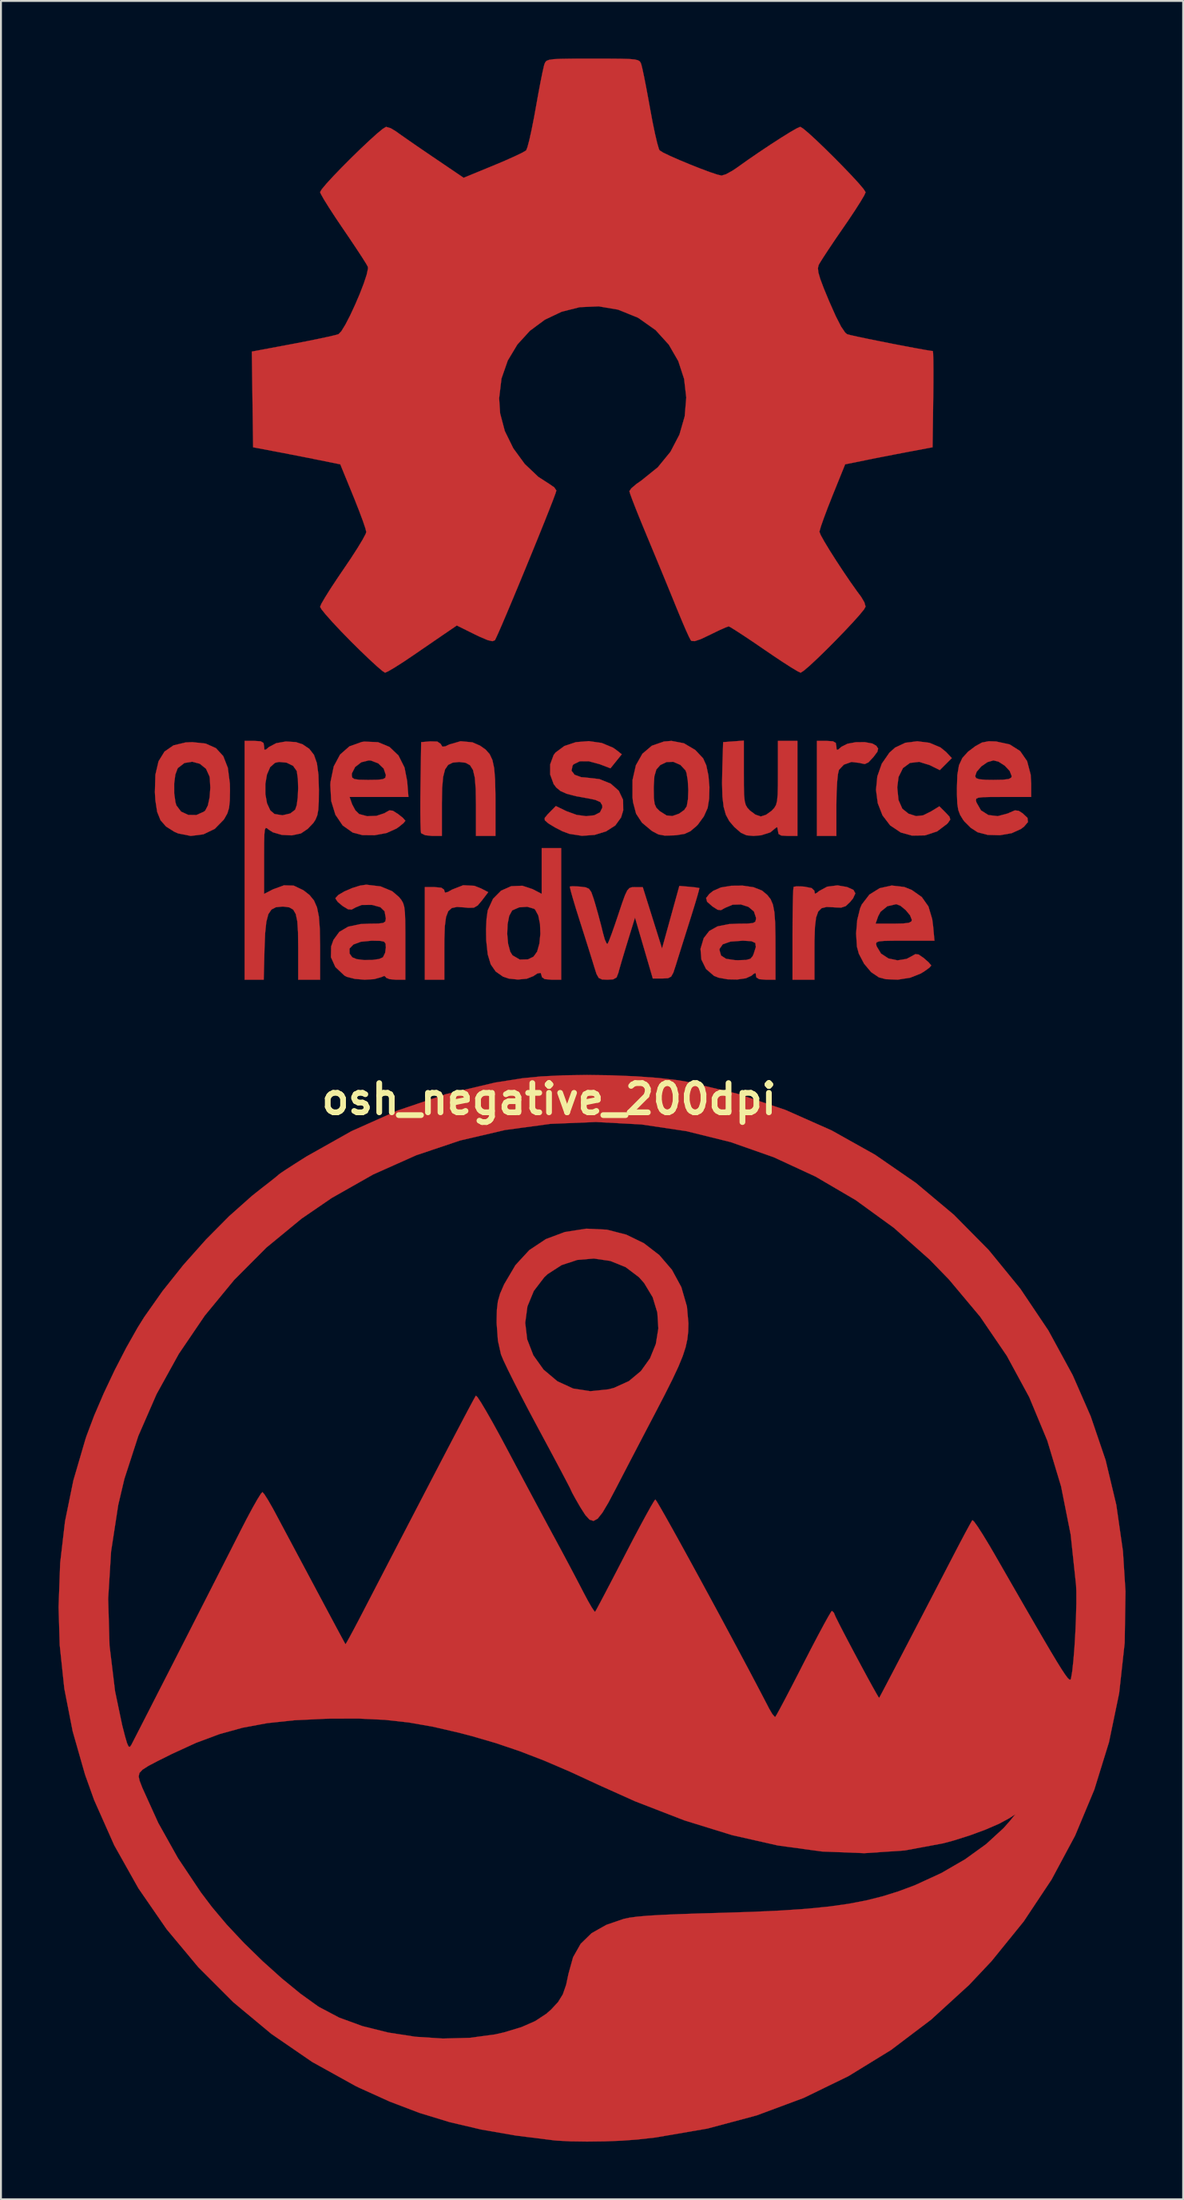
<source format=kicad_pcb>
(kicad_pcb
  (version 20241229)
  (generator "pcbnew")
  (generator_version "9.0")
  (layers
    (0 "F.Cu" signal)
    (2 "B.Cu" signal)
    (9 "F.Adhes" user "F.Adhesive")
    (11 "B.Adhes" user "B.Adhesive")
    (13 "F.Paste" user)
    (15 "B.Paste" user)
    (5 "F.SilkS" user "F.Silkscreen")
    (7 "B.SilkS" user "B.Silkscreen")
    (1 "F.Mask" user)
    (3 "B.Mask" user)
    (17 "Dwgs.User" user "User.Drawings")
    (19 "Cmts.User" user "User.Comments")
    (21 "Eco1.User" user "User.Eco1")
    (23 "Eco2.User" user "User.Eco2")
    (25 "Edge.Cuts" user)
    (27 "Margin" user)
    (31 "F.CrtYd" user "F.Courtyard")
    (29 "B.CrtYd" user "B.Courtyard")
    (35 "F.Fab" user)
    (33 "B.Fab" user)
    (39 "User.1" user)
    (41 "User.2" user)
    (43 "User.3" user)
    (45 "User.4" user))
  (footprint "osh_negative_200dpi"
    (layer "F.Cu")
    (at 25.582 54.234)
    (property "Reference" "osh_negative_200dpi" (at 0 0 0) (layer "F.SilkS") (effects (font (size 1.524 1.524) (thickness 0.3))))
    (attr through_hole)
    (fp_poly (pts (xy -3.892 -11.117) (xy -3.547 -10.981) (xy -3.169 -10.786) (xy -3.499 -10.353) (xy -3.718 -10.093) (xy -3.916 -9.978) (xy -4.201 -9.968) (xy -4.437 -9.992) (xy -4.803 -10.014) (xy -5.071 -9.958) (xy -5.255 -9.793) (xy -5.371 -9.488) (xy -5.434 -9.01) (xy -5.458 -8.328) (xy -5.461 -7.846) (xy -5.461 -6.223) (xy -6.477 -6.223) (xy -6.477 -11.049) (xy -5.969 -11.049) (xy -5.614 -11.017) (xy -5.469 -10.912) (xy -5.461 -10.86) (xy -5.423 -10.76) (xy -5.273 -10.796) (xy -5.048 -10.923) (xy -4.473 -11.147) (xy -3.892 -11.117)) (stroke (width 0.01) (type solid)) (fill yes) (layer "F.Cu"))
    (fp_poly (pts (xy 14.808 -18.649) (xy 14.954 -18.565) (xy 14.986 -18.395) (xy 14.998 -18.21) (xy 15.076 -18.212) (xy 15.253 -18.364) (xy 15.562 -18.52) (xy 15.998 -18.601) (xy 16.464 -18.606) (xy 16.864 -18.531) (xy 17.067 -18.415) (xy 17.164 -18.27) (xy 17.127 -18.107) (xy 16.935 -17.849) (xy 16.9 -17.808) (xy 16.657 -17.549) (xy 16.468 -17.462) (xy 16.243 -17.507) (xy 16.212 -17.519) (xy 15.774 -17.572) (xy 15.374 -17.43) (xy 15.121 -17.159) (xy 15.069 -16.939) (xy 15.026 -16.522) (xy 14.997 -15.967) (xy 14.986 -15.331) (xy 14.986 -15.312) (xy 14.986 -13.716) (xy 13.97 -13.716) (xy 13.97 -18.669) (xy 14.478 -18.669) (xy 14.808 -18.649)) (stroke (width 0.01) (type solid)) (fill yes) (layer "F.Cu"))
    (fp_poly (pts (xy 15.546 -11.053) (xy 15.876 -10.904) (xy 15.976 -10.723) (xy 15.858 -10.465) (xy 15.698 -10.269) (xy 15.476 -10.059) (xy 15.238 -9.979) (xy 14.873 -9.993) (xy 14.831 -9.998) (xy 14.477 -10.014) (xy 14.218 -9.951) (xy 14.04 -9.777) (xy 13.928 -9.46) (xy 13.868 -8.969) (xy 13.845 -8.271) (xy 13.843 -7.846) (xy 13.843 -6.223) (xy 12.7 -6.223) (xy 12.7 -8.615) (xy 12.703 -9.368) (xy 12.711 -10.029) (xy 12.723 -10.559) (xy 12.739 -10.917) (xy 12.756 -11.063) (xy 12.757 -11.064) (xy 12.907 -11.088) (xy 13.214 -11.081) (xy 13.328 -11.071) (xy 13.695 -10.998) (xy 13.839 -10.863) (xy 13.843 -10.825) (xy 13.867 -10.701) (xy 13.979 -10.755) (xy 14.074 -10.837) (xy 14.504 -11.071) (xy 15.047 -11.14) (xy 15.546 -11.053)) (stroke (width 0.01) (type solid)) (fill yes) (layer "F.Cu"))
    (fp_poly (pts (xy 19.849 -18.567) (xy 20.416 -18.327) (xy 20.708 -18.09) (xy 21.006 -17.773) (xy 20.693 -17.46) (xy 20.38 -17.147) (xy 19.857 -17.406) (xy 19.298 -17.578) (xy 18.823 -17.52) (xy 18.458 -17.251) (xy 18.229 -16.79) (xy 18.161 -16.245) (xy 18.226 -15.588) (xy 18.426 -15.134) (xy 18.752 -14.873) (xy 19.149 -14.748) (xy 19.513 -14.79) (xy 19.926 -14.996) (xy 20.358 -15.26) (xy 20.681 -14.937) (xy 20.887 -14.715) (xy 20.926 -14.57) (xy 20.811 -14.402) (xy 20.757 -14.343) (xy 20.242 -13.953) (xy 19.609 -13.745) (xy 18.926 -13.734) (xy 18.345 -13.895) (xy 17.793 -14.263) (xy 17.392 -14.788) (xy 17.144 -15.423) (xy 17.053 -16.116) (xy 17.122 -16.819) (xy 17.355 -17.483) (xy 17.754 -18.058) (xy 18.051 -18.322) (xy 18.582 -18.572) (xy 19.209 -18.651) (xy 19.849 -18.567)) (stroke (width 0.01) (type solid)) (fill yes) (layer "F.Cu"))
    (fp_poly (pts (xy 10.16 -17.02) (xy 10.162 -16.338) (xy 10.174 -15.862) (xy 10.204 -15.543) (xy 10.258 -15.333) (xy 10.346 -15.182) (xy 10.472 -15.044) (xy 10.76 -14.829) (xy 11.035 -14.732) (xy 11.049 -14.732) (xy 11.318 -14.818) (xy 11.61 -15.028) (xy 11.626 -15.044) (xy 11.754 -15.184) (xy 11.841 -15.335) (xy 11.895 -15.548) (xy 11.924 -15.869) (xy 11.936 -16.348) (xy 11.938 -17.012) (xy 11.938 -18.669) (xy 12.954 -18.669) (xy 12.954 -13.716) (xy 12.446 -13.716) (xy 12.117 -13.735) (xy 11.97 -13.819) (xy 11.936 -14.002) (xy 11.903 -14.173) (xy 11.841 -14.148) (xy 11.539 -13.901) (xy 11.065 -13.75) (xy 10.661 -13.716) (xy 10.3 -13.749) (xy 10.009 -13.881) (xy 9.684 -14.163) (xy 9.65 -14.196) (xy 9.401 -14.488) (xy 9.223 -14.818) (xy 9.107 -15.231) (xy 9.043 -15.769) (xy 9.025 -16.476) (xy 9.041 -17.335) (xy 9.081 -18.605) (xy 9.62 -18.645) (xy 10.16 -18.684) (xy 10.16 -17.02)) (stroke (width 0.01) (type solid)) (fill yes) (layer "F.Cu"))
    (fp_poly (pts (xy -3.994 -18.595) (xy -3.594 -18.42) (xy -3.307 -18.217) (xy -3.096 -17.981) (xy -2.952 -17.673) (xy -2.861 -17.249) (xy -2.813 -16.669) (xy -2.795 -15.891) (xy -2.794 -15.564) (xy -2.794 -13.716) (xy -3.81 -13.716) (xy -3.81 -15.353) (xy -3.823 -16.163) (xy -3.87 -16.753) (xy -3.965 -17.156) (xy -4.121 -17.404) (xy -4.351 -17.53) (xy -4.668 -17.568) (xy -4.699 -17.568) (xy -5.024 -17.536) (xy -5.261 -17.418) (xy -5.422 -17.182) (xy -5.522 -16.793) (xy -5.573 -16.22) (xy -5.588 -15.429) (xy -5.588 -15.353) (xy -5.588 -13.716) (xy -6.1 -13.716) (xy -6.458 -13.754) (xy -6.66 -13.854) (xy -6.675 -13.879) (xy -6.693 -14.054) (xy -6.705 -14.438) (xy -6.711 -14.989) (xy -6.71 -15.661) (xy -6.702 -16.324) (xy -6.668 -18.605) (xy -6.19 -18.645) (xy -5.824 -18.634) (xy -5.649 -18.514) (xy -5.638 -18.489) (xy -5.559 -18.368) (xy -5.409 -18.383) (xy -5.201 -18.482) (xy -4.609 -18.653) (xy -3.994 -18.595)) (stroke (width 0.01) (type solid)) (fill yes) (layer "F.Cu"))
    (fp_poly (pts (xy -17.903 -18.529) (xy -17.367 -18.289) (xy -16.986 -17.871) (xy -16.749 -17.262) (xy -16.644 -16.447) (xy -16.637 -16.108) (xy -16.647 -15.555) (xy -16.687 -15.176) (xy -16.774 -14.891) (xy -16.926 -14.621) (xy -16.967 -14.559) (xy -17.432 -14.085) (xy -18.024 -13.8) (xy -18.681 -13.716) (xy -19.345 -13.848) (xy -19.549 -13.938) (xy -19.972 -14.206) (xy -20.26 -14.533) (xy -20.437 -14.974) (xy -20.53 -15.583) (xy -20.554 -15.998) (xy -20.541 -16.451) (xy -19.548 -16.451) (xy -19.547 -15.937) (xy -19.482 -15.472) (xy -19.433 -15.308) (xy -19.19 -14.985) (xy -18.815 -14.812) (xy -18.391 -14.806) (xy -17.999 -14.98) (xy -17.925 -15.045) (xy -17.791 -15.304) (xy -17.7 -15.728) (xy -17.663 -16.229) (xy -17.69 -16.719) (xy -17.707 -16.819) (xy -17.889 -17.218) (xy -18.214 -17.479) (xy -18.613 -17.584) (xy -19.014 -17.517) (xy -19.347 -17.261) (xy -19.371 -17.228) (xy -19.488 -16.914) (xy -19.548 -16.451) (xy -20.541 -16.451) (xy -20.528 -16.906) (xy -20.364 -17.607) (xy -20.053 -18.113) (xy -19.586 -18.436) (xy -18.953 -18.589) (xy -18.605 -18.605) (xy -17.903 -18.529)) (stroke (width 0.01) (type solid)) (fill yes) (layer "F.Cu"))
    (fp_poly (pts (xy 0.635 -6.223) (xy 0.127 -6.223) (xy -0.226 -6.254) (xy -0.372 -6.359) (xy -0.381 -6.413) (xy -0.434 -6.579) (xy -0.609 -6.548) (xy -0.818 -6.409) (xy -1.156 -6.275) (xy -1.619 -6.231) (xy -2.094 -6.28) (xy -2.401 -6.384) (xy -2.782 -6.651) (xy -3.04 -7.023) (xy -3.197 -7.546) (xy -3.274 -8.268) (xy -3.275 -8.284) (xy -3.28 -8.601) (xy -2.18 -8.601) (xy -2.134 -8.097) (xy -2.024 -7.686) (xy -1.905 -7.493) (xy -1.524 -7.272) (xy -1.094 -7.284) (xy -0.808 -7.424) (xy -0.62 -7.685) (xy -0.501 -8.108) (xy -0.451 -8.615) (xy -0.47 -9.129) (xy -0.561 -9.575) (xy -0.724 -9.874) (xy -0.78 -9.92) (xy -1.135 -10.023) (xy -1.557 -9.994) (xy -1.903 -9.843) (xy -1.927 -9.823) (xy -2.077 -9.548) (xy -2.161 -9.113) (xy -2.18 -8.601) (xy -3.28 -8.601) (xy -3.284 -8.853) (xy -3.258 -9.393) (xy -3.202 -9.802) (xy -3.191 -9.849) (xy -2.92 -10.44) (xy -2.499 -10.864) (xy -1.973 -11.097) (xy -1.39 -11.12) (xy -0.857 -10.944) (xy -0.381 -10.695) (xy -0.381 -13.081) (xy 0.635 -13.081) (xy 0.635 -6.223)) (stroke (width 0.01) (type solid)) (fill yes) (layer "F.Cu"))
    (fp_poly (pts (xy 7.033 -18.546) (xy 7.625 -18.197) (xy 8.037 -17.76) (xy 8.201 -17.397) (xy 8.313 -16.868) (xy 8.366 -16.259) (xy 8.351 -15.655) (xy 8.272 -15.172) (xy 8.078 -14.739) (xy 7.77 -14.314) (xy 7.687 -14.228) (xy 7.378 -13.966) (xy 7.073 -13.824) (xy 6.657 -13.756) (xy 6.51 -13.745) (xy 6.039 -13.733) (xy 5.707 -13.794) (xy 5.404 -13.952) (xy 5.346 -13.991) (xy 4.848 -14.407) (xy 4.542 -14.874) (xy 4.383 -15.471) (xy 4.354 -15.721) (xy 4.355 -16.182) (xy 5.461 -16.182) (xy 5.469 -15.693) (xy 5.507 -15.386) (xy 5.595 -15.188) (xy 5.753 -15.029) (xy 5.796 -14.995) (xy 6.13 -14.783) (xy 6.43 -14.753) (xy 6.786 -14.878) (xy 7.054 -15.071) (xy 7.184 -15.265) (xy 7.247 -15.634) (xy 7.264 -16.114) (xy 7.237 -16.602) (xy 7.17 -16.996) (xy 7.121 -17.129) (xy 6.854 -17.416) (xy 6.484 -17.578) (xy 6.129 -17.567) (xy 5.8 -17.408) (xy 5.598 -17.18) (xy 5.494 -16.824) (xy 5.461 -16.284) (xy 5.461 -16.182) (xy 4.355 -16.182) (xy 4.356 -16.635) (xy 4.531 -17.4) (xy 4.87 -17.999) (xy 5.361 -18.417) (xy 5.993 -18.637) (xy 6.388 -18.669) (xy 7.033 -18.546)) (stroke (width 0.01) (type solid)) (fill yes) (layer "F.Cu"))
    (fp_poly (pts (xy 2.743 -18.563) (xy 3.337 -18.316) (xy 3.516 -18.191) (xy 3.794 -17.971) (xy 3.204 -17.24) (xy 2.636 -17.457) (xy 2.07 -17.609) (xy 1.604 -17.606) (xy 1.286 -17.452) (xy 1.227 -17.378) (xy 1.174 -17.115) (xy 1.336 -16.904) (xy 1.671 -16.78) (xy 1.889 -16.763) (xy 2.63 -16.678) (xy 3.22 -16.439) (xy 3.638 -16.071) (xy 3.862 -15.599) (xy 3.87 -15.047) (xy 3.758 -14.678) (xy 3.456 -14.261) (xy 2.976 -13.954) (xy 2.378 -13.77) (xy 1.719 -13.722) (xy 1.059 -13.825) (xy 0.699 -13.959) (xy 0.318 -14.155) (xy -0.002 -14.349) (xy -0.064 -14.394) (xy -0.219 -14.532) (xy -0.226 -14.653) (xy -0.071 -14.84) (xy 0.02 -14.933) (xy 0.357 -15.274) (xy 0.917 -15.003) (xy 1.443 -14.813) (xy 1.941 -14.746) (xy 2.362 -14.793) (xy 2.658 -14.946) (xy 2.782 -15.197) (xy 2.775 -15.312) (xy 2.674 -15.481) (xy 2.411 -15.596) (xy 2.095 -15.662) (xy 1.41 -15.786) (xy 0.929 -15.911) (xy 0.6 -16.056) (xy 0.374 -16.243) (xy 0.241 -16.422) (xy 0.061 -16.913) (xy 0.062 -17.449) (xy 0.239 -17.929) (xy 0.338 -18.061) (xy 0.801 -18.404) (xy 1.403 -18.604) (xy 2.075 -18.658) (xy 2.743 -18.563)) (stroke (width 0.01) (type solid)) (fill yes) (layer "F.Cu"))
    (fp_poly (pts (xy -8.919 -18.603) (xy -8.319 -18.355) (xy -7.85 -17.908) (xy -7.535 -17.28) (xy -7.398 -16.574) (xy -7.331 -15.748) (xy -10.401 -15.748) (xy -10.267 -15.364) (xy -10.101 -15.053) (xy -9.901 -14.856) (xy -9.486 -14.745) (xy -9.001 -14.762) (xy -8.584 -14.9) (xy -8.536 -14.93) (xy -8.327 -15.048) (xy -8.146 -15.03) (xy -7.882 -14.864) (xy -7.873 -14.858) (xy -7.624 -14.66) (xy -7.498 -14.517) (xy -7.494 -14.501) (xy -7.59 -14.383) (xy -7.83 -14.189) (xy -7.95 -14.104) (xy -8.465 -13.871) (xy -9.095 -13.753) (xy -9.729 -13.759) (xy -10.234 -13.89) (xy -10.761 -14.262) (xy -11.14 -14.821) (xy -11.359 -15.534) (xy -11.405 -16.372) (xy -11.393 -16.541) (xy -11.32 -16.891) (xy -10.287 -16.891) (xy -10.263 -16.758) (xy -10.155 -16.681) (xy -9.908 -16.646) (xy -9.469 -16.637) (xy -9.398 -16.637) (xy -8.931 -16.644) (xy -8.663 -16.675) (xy -8.541 -16.745) (xy -8.509 -16.871) (xy -8.509 -16.891) (xy -8.623 -17.227) (xy -8.91 -17.501) (xy -9.29 -17.645) (xy -9.398 -17.653) (xy -9.79 -17.556) (xy -10.11 -17.31) (xy -10.278 -16.983) (xy -10.287 -16.891) (xy -11.32 -16.891) (xy -11.227 -17.339) (xy -10.896 -17.958) (xy -10.407 -18.386) (xy -9.769 -18.613) (xy -9.631 -18.633) (xy -8.919 -18.603)) (stroke (width 0.01) (type solid)) (fill yes) (layer "F.Cu"))
    (fp_poly (pts (xy 18.527 -11.055) (xy 18.92 -10.898) (xy 19.441 -10.531) (xy 19.788 -10.039) (xy 19.985 -9.379) (xy 20.032 -9.016) (xy 20.101 -8.255) (xy 18.551 -8.255) (xy 17.903 -8.254) (xy 17.469 -8.245) (xy 17.21 -8.22) (xy 17.085 -8.172) (xy 17.056 -8.093) (xy 17.082 -7.975) (xy 17.084 -7.969) (xy 17.315 -7.584) (xy 17.702 -7.331) (xy 18.17 -7.232) (xy 18.648 -7.308) (xy 18.896 -7.438) (xy 19.102 -7.555) (xy 19.277 -7.535) (xy 19.527 -7.363) (xy 19.553 -7.343) (xy 19.797 -7.129) (xy 19.926 -6.976) (xy 19.932 -6.959) (xy 19.836 -6.849) (xy 19.583 -6.666) (xy 19.388 -6.546) (xy 18.838 -6.328) (xy 18.192 -6.225) (xy 17.565 -6.249) (xy 17.202 -6.345) (xy 16.798 -6.619) (xy 16.43 -7.058) (xy 16.158 -7.577) (xy 16.058 -7.944) (xy 16.015 -8.635) (xy 16.058 -9.144) (xy 17.031 -9.144) (xy 17.977 -9.144) (xy 18.475 -9.154) (xy 18.766 -9.189) (xy 18.899 -9.259) (xy 18.923 -9.34) (xy 18.828 -9.579) (xy 18.6 -9.854) (xy 18.327 -10.077) (xy 18.112 -10.16) (xy 17.645 -10.053) (xy 17.291 -9.765) (xy 17.167 -9.534) (xy 17.031 -9.144) (xy 16.058 -9.144) (xy 16.074 -9.335) (xy 16.223 -9.94) (xy 16.311 -10.143) (xy 16.709 -10.66) (xy 17.247 -10.994) (xy 17.87 -11.131) (xy 18.527 -11.055)) (stroke (width 0.01) (type solid)) (fill yes) (layer "F.Cu"))
    (fp_poly (pts (xy 23.316 -18.64) (xy 24.029 -18.483) (xy 24.569 -18.14) (xy 24.933 -17.615) (xy 25.119 -16.91) (xy 25.146 -16.451) (xy 25.146 -15.748) (xy 23.677 -15.748) (xy 23.049 -15.747) (xy 22.635 -15.736) (xy 22.393 -15.709) (xy 22.283 -15.657) (xy 22.264 -15.571) (xy 22.291 -15.462) (xy 22.527 -15.049) (xy 22.914 -14.805) (xy 23.4 -14.747) (xy 23.935 -14.89) (xy 24.011 -14.927) (xy 24.292 -15.047) (xy 24.494 -15.026) (xy 24.7 -14.895) (xy 24.952 -14.657) (xy 24.978 -14.441) (xy 24.773 -14.201) (xy 24.615 -14.08) (xy 24.129 -13.859) (xy 23.518 -13.753) (xy 22.884 -13.769) (xy 22.352 -13.908) (xy 21.991 -14.142) (xy 21.654 -14.479) (xy 21.59 -14.566) (xy 21.437 -14.818) (xy 21.342 -15.074) (xy 21.292 -15.404) (xy 21.274 -15.88) (xy 21.273 -16.206) (xy 21.293 -16.833) (xy 22.225 -16.833) (xy 22.271 -16.73) (xy 22.439 -16.67) (xy 22.779 -16.642) (xy 23.177 -16.637) (xy 23.677 -16.646) (xy 23.97 -16.681) (xy 24.105 -16.751) (xy 24.13 -16.833) (xy 24.024 -17.104) (xy 23.765 -17.38) (xy 23.439 -17.588) (xy 23.177 -17.653) (xy 22.863 -17.562) (xy 22.542 -17.338) (xy 22.301 -17.058) (xy 22.225 -16.833) (xy 21.293 -16.833) (xy 21.295 -16.896) (xy 21.38 -17.4) (xy 21.558 -17.782) (xy 21.855 -18.107) (xy 22.237 -18.395) (xy 22.578 -18.583) (xy 22.935 -18.652) (xy 23.316 -18.64)) (stroke (width 0.01) (type solid)) (fill yes) (layer "F.Cu"))
    (fp_poly (pts (xy 7.304 -11.068) (xy 7.63 -11.035) (xy 7.822 -11.004) (xy 7.841 -10.997) (xy 7.815 -10.872) (xy 7.726 -10.551) (xy 7.584 -10.077) (xy 7.404 -9.497) (xy 7.35 -9.326) (xy 7.135 -8.645) (xy 6.926 -7.983) (xy 6.747 -7.413) (xy 6.62 -7.006) (xy 6.614 -6.985) (xy 6.485 -6.592) (xy 6.369 -6.384) (xy 6.207 -6.301) (xy 5.939 -6.287) (xy 5.905 -6.287) (xy 5.412 -6.287) (xy 4.484 -9.461) (xy 4.092 -8.191) (xy 3.918 -7.621) (xy 3.765 -7.108) (xy 3.654 -6.721) (xy 3.614 -6.572) (xy 3.523 -6.34) (xy 3.346 -6.242) (xy 3.043 -6.223) (xy 2.761 -6.236) (xy 2.594 -6.314) (xy 2.478 -6.518) (xy 2.359 -6.89) (xy 2.246 -7.26) (xy 2.076 -7.805) (xy 1.87 -8.457) (xy 1.65 -9.148) (xy 1.603 -9.296) (xy 1.407 -9.917) (xy 1.248 -10.446) (xy 1.137 -10.84) (xy 1.087 -11.053) (xy 1.087 -11.078) (xy 1.228 -11.094) (xy 1.528 -11.081) (xy 1.643 -11.072) (xy 1.915 -11.037) (xy 2.086 -10.96) (xy 2.207 -10.784) (xy 2.324 -10.453) (xy 2.407 -10.179) (xy 2.566 -9.619) (xy 2.72 -9.038) (xy 2.812 -8.665) (xy 2.91 -8.315) (xy 3.004 -8.113) (xy 3.055 -8.093) (xy 3.127 -8.247) (xy 3.258 -8.59) (xy 3.429 -9.073) (xy 3.614 -9.62) (xy 3.816 -10.226) (xy 3.963 -10.63) (xy 4.08 -10.874) (xy 4.193 -10.998) (xy 4.325 -11.043) (xy 4.487 -11.048) (xy 4.889 -11.048) (xy 5.392 -9.448) (xy 5.894 -7.848) (xy 6.797 -11.111) (xy 7.304 -11.068)) (stroke (width 0.01) (type solid)) (fill yes) (layer "F.Cu"))
    (fp_poly (pts (xy 10.665 -11.043) (xy 11.093 -10.875) (xy 11.135 -10.846) (xy 11.38 -10.642) (xy 11.557 -10.419) (xy 11.678 -10.135) (xy 11.753 -9.745) (xy 11.793 -9.207) (xy 11.808 -8.477) (xy 11.809 -8.096) (xy 11.811 -6.223) (xy 11.303 -6.223) (xy 10.96 -6.25) (xy 10.813 -6.345) (xy 10.795 -6.433) (xy 10.777 -6.573) (xy 10.679 -6.535) (xy 10.563 -6.433) (xy 10.266 -6.297) (xy 9.819 -6.233) (xy 9.315 -6.243) (xy 8.848 -6.327) (xy 8.606 -6.422) (xy 8.188 -6.782) (xy 7.947 -7.274) (xy 7.906 -7.768) (xy 8.89 -7.768) (xy 8.972 -7.482) (xy 9.235 -7.311) (xy 9.704 -7.242) (xy 9.871 -7.239) (xy 10.273 -7.252) (xy 10.498 -7.311) (xy 10.62 -7.448) (xy 10.671 -7.565) (xy 10.786 -7.929) (xy 10.759 -8.137) (xy 10.554 -8.231) (xy 10.135 -8.255) (xy 10.088 -8.255) (xy 9.457 -8.208) (xy 9.06 -8.067) (xy 8.895 -7.832) (xy 8.89 -7.768) (xy 7.906 -7.768) (xy 7.901 -7.832) (xy 8.067 -8.386) (xy 8.356 -8.762) (xy 8.786 -9.002) (xy 9.392 -9.123) (xy 9.9 -9.144) (xy 10.366 -9.149) (xy 10.634 -9.176) (xy 10.758 -9.244) (xy 10.793 -9.374) (xy 10.795 -9.454) (xy 10.684 -9.783) (xy 10.398 -10.02) (xy 10.006 -10.144) (xy 9.575 -10.132) (xy 9.175 -9.964) (xy 8.97 -9.849) (xy 8.791 -9.869) (xy 8.531 -10.037) (xy 8.509 -10.053) (xy 8.244 -10.287) (xy 8.193 -10.479) (xy 8.361 -10.694) (xy 8.558 -10.851) (xy 8.959 -11.029) (xy 9.505 -11.12) (xy 10.105 -11.125) (xy 10.665 -11.043)) (stroke (width 0.01) (type solid)) (fill yes) (layer "F.Cu"))
    (fp_poly (pts (xy -8.785 -11.086) (xy -8.175 -10.833) (xy -7.819 -10.528) (xy -7.695 -10.371) (xy -7.607 -10.215) (xy -7.549 -10.013) (xy -7.515 -9.721) (xy -7.499 -9.294) (xy -7.493 -8.687) (xy -7.493 -8.182) (xy -7.493 -6.223) (xy -8.001 -6.223) (xy -8.319 -6.252) (xy -8.496 -6.325) (xy -8.509 -6.354) (xy -8.587 -6.421) (xy -8.755 -6.354) (xy -9.121 -6.251) (xy -9.614 -6.222) (xy -10.125 -6.265) (xy -10.545 -6.373) (xy -10.671 -6.439) (xy -11.142 -6.884) (xy -11.374 -7.397) (xy -11.364 -7.845) (xy -10.405 -7.845) (xy -10.4 -7.585) (xy -10.262 -7.391) (xy -10.033 -7.295) (xy -9.657 -7.248) (xy -9.234 -7.25) (xy -8.866 -7.301) (xy -8.661 -7.391) (xy -8.547 -7.625) (xy -8.509 -7.899) (xy -8.521 -8.097) (xy -8.598 -8.203) (xy -8.8 -8.247) (xy -9.187 -8.255) (xy -9.262 -8.255) (xy -9.81 -8.202) (xy -10.2 -8.058) (xy -10.405 -7.845) (xy -11.364 -7.845) (xy -11.362 -7.958) (xy -11.242 -8.296) (xy -10.936 -8.716) (xy -10.474 -8.987) (xy -9.829 -9.123) (xy -9.347 -9.144) (xy -8.898 -9.15) (xy -8.647 -9.182) (xy -8.537 -9.259) (xy -8.511 -9.4) (xy -8.511 -9.43) (xy -8.576 -9.789) (xy -8.797 -10.004) (xy -9.218 -10.118) (xy -9.25 -10.122) (xy -9.769 -10.119) (xy -10.076 -9.995) (xy -10.295 -9.878) (xy -10.48 -9.892) (xy -10.743 -10.051) (xy -10.775 -10.073) (xy -11.022 -10.282) (xy -11.136 -10.451) (xy -11.136 -10.477) (xy -10.987 -10.639) (xy -10.671 -10.824) (xy -10.268 -10.999) (xy -9.858 -11.127) (xy -9.53 -11.175) (xy -8.785 -11.086)) (stroke (width 0.01) (type solid)) (fill yes) (layer "F.Cu"))
    (fp_poly (pts (xy -15.037 -18.649) (xy -14.891 -18.565) (xy -14.859 -18.395) (xy -14.845 -18.209) (xy -14.758 -18.22) (xy -14.61 -18.347) (xy -14.229 -18.55) (xy -13.724 -18.639) (xy -13.202 -18.607) (xy -12.85 -18.49) (xy -12.502 -18.255) (xy -12.258 -17.941) (xy -12.104 -17.504) (xy -12.024 -16.902) (xy -12.002 -16.129) (xy -12.008 -15.509) (xy -12.032 -15.083) (xy -12.086 -14.788) (xy -12.178 -14.565) (xy -12.284 -14.4) (xy -12.582 -14.086) (xy -12.925 -13.855) (xy -12.953 -13.843) (xy -13.415 -13.745) (xy -13.933 -13.77) (xy -14.397 -13.904) (xy -14.615 -14.042) (xy -14.711 -14.121) (xy -14.778 -14.129) (xy -14.821 -14.032) (xy -14.845 -13.797) (xy -14.856 -13.39) (xy -14.859 -12.775) (xy -14.859 -12.479) (xy -14.859 -10.695) (xy -14.388 -10.936) (xy -13.821 -11.142) (xy -13.319 -11.127) (xy -12.816 -10.889) (xy -12.814 -10.888) (xy -12.493 -10.639) (xy -12.259 -10.355) (xy -12.1 -9.994) (xy -12.002 -9.512) (xy -11.953 -8.866) (xy -11.938 -8.012) (xy -11.938 -7.969) (xy -11.938 -6.223) (xy -13.081 -6.223) (xy -13.081 -7.918) (xy -13.09 -8.7) (xy -13.127 -9.264) (xy -13.207 -9.645) (xy -13.342 -9.876) (xy -13.546 -9.993) (xy -13.835 -10.032) (xy -13.929 -10.033) (xy -14.245 -10) (xy -14.476 -9.879) (xy -14.638 -9.636) (xy -14.742 -9.239) (xy -14.804 -8.654) (xy -14.837 -7.861) (xy -14.879 -6.223) (xy -15.875 -6.223) (xy -15.875 -16.423) (xy -14.794 -16.423) (xy -14.793 -15.901) (xy -14.707 -15.417) (xy -14.533 -15.042) (xy -14.315 -14.859) (xy -13.901 -14.792) (xy -13.495 -14.887) (xy -13.24 -15.081) (xy -13.158 -15.318) (xy -13.104 -15.721) (xy -13.083 -16.205) (xy -13.097 -16.684) (xy -13.151 -17.072) (xy -13.159 -17.105) (xy -13.346 -17.368) (xy -13.686 -17.535) (xy -14.081 -17.573) (xy -14.289 -17.526) (xy -14.541 -17.305) (xy -14.71 -16.915) (xy -14.794 -16.423) (xy -15.875 -16.423) (xy -15.875 -18.669) (xy -15.367 -18.669) (xy -15.037 -18.649)) (stroke (width 0.01) (type solid)) (fill yes) (layer "F.Cu"))
    (fp_poly (pts (xy 3.018 6.805) (xy 4.03 7.065) (xy 4.95 7.513) (xy 5.752 8.13) (xy 6.411 8.898) (xy 6.9 9.798) (xy 7.193 10.81) (xy 7.27 11.684) (xy 7.259 12.113) (xy 7.214 12.518) (xy 7.123 12.935) (xy 6.971 13.399) (xy 6.747 13.944) (xy 6.436 14.606) (xy 6.027 15.421) (xy 5.527 16.383) (xy 5.088 17.22) (xy 4.616 18.124) (xy 4.151 19.015) (xy 3.735 19.816) (xy 3.49 20.288) (xy 3.098 21.029) (xy 2.788 21.551) (xy 2.538 21.866) (xy 2.322 21.985) (xy 2.116 21.92) (xy 1.898 21.683) (xy 1.642 21.284) (xy 1.594 21.202) (xy 1.37 20.814) (xy 1.209 20.519) (xy 1.143 20.378) (xy 1.143 20.376) (xy 1.085 20.254) (xy 0.921 19.937) (xy 0.667 19.455) (xy 0.338 18.835) (xy -0.052 18.106) (xy -0.486 17.298) (xy -0.568 17.146) (xy -1.026 16.289) (xy -1.454 15.471) (xy -1.833 14.729) (xy -2.147 14.097) (xy -2.376 13.614) (xy -2.501 13.316) (xy -2.505 13.305) (xy -2.664 12.594) (xy -2.729 11.707) (xy -2.73 11.662) (xy -1.241 11.662) (xy -1.138 12.526) (xy -0.817 13.354) (xy -0.284 14.1) (xy 0.436 14.706) (xy 1.254 15.083) (xy 2.149 15.224) (xy 3.103 15.125) (xy 3.387 15.05) (xy 4.164 14.699) (xy 4.793 14.174) (xy 5.265 13.515) (xy 5.571 12.762) (xy 5.702 11.953) (xy 5.65 11.128) (xy 5.406 10.326) (xy 4.96 9.586) (xy 4.688 9.28) (xy 3.997 8.758) (xy 3.197 8.435) (xy 2.34 8.31) (xy 1.475 8.382) (xy 0.655 8.652) (xy -0.071 9.12) (xy -0.244 9.281) (xy -0.793 9.998) (xy -1.126 10.805) (xy -1.241 11.662) (xy -2.73 11.662) (xy -2.731 11.557) (xy -2.718 10.973) (xy -2.666 10.537) (xy -2.553 10.144) (xy -2.357 9.69) (xy -2.336 9.646) (xy -1.749 8.652) (xy -1.028 7.871) (xy -0.164 7.296) (xy 0.822 6.928) (xy 1.94 6.753) (xy 3.018 6.805)) (stroke (width 0.01) (type solid)) (fill yes) (layer "F.Cu"))
    (fp_poly (pts (xy 3.125 -54.228) (xy 3.745 -54.223) (xy 4.182 -54.21) (xy 4.469 -54.184) (xy 4.643 -54.142) (xy 4.738 -54.08) (xy 4.789 -53.994) (xy 4.808 -53.943) (xy 4.864 -53.724) (xy 4.954 -53.304) (xy 5.066 -52.734) (xy 5.191 -52.062) (xy 5.27 -51.626) (xy 5.399 -50.93) (xy 5.526 -50.318) (xy 5.639 -49.836) (xy 5.728 -49.53) (xy 5.767 -49.447) (xy 5.945 -49.335) (xy 6.304 -49.162) (xy 6.785 -48.95) (xy 7.331 -48.722) (xy 7.884 -48.503) (xy 8.384 -48.316) (xy 8.776 -48.185) (xy 8.999 -48.133) (xy 9.004 -48.133) (xy 9.232 -48.204) (xy 9.567 -48.388) (xy 9.792 -48.539) (xy 10.358 -48.941) (xy 10.96 -49.354) (xy 11.557 -49.752) (xy 12.109 -50.108) (xy 12.577 -50.398) (xy 12.92 -50.595) (xy 13.098 -50.673) (xy 13.104 -50.673) (xy 13.25 -50.586) (xy 13.534 -50.348) (xy 13.92 -49.995) (xy 14.372 -49.562) (xy 14.856 -49.085) (xy 15.336 -48.598) (xy 15.777 -48.139) (xy 16.143 -47.741) (xy 16.398 -47.44) (xy 16.508 -47.272) (xy 16.51 -47.262) (xy 16.441 -47.104) (xy 16.249 -46.779) (xy 15.96 -46.325) (xy 15.598 -45.782) (xy 15.35 -45.422) (xy 14.944 -44.832) (xy 14.584 -44.296) (xy 14.296 -43.857) (xy 14.11 -43.559) (xy 14.061 -43.468) (xy 14.024 -43.309) (xy 14.047 -43.084) (xy 14.143 -42.753) (xy 14.323 -42.273) (xy 14.599 -41.606) (xy 14.61 -41.58) (xy 14.956 -40.802) (xy 15.234 -40.259) (xy 15.448 -39.947) (xy 15.55 -39.865) (xy 15.73 -39.817) (xy 16.108 -39.733) (xy 16.632 -39.623) (xy 17.25 -39.498) (xy 17.91 -39.367) (xy 18.56 -39.242) (xy 19.149 -39.132) (xy 19.624 -39.047) (xy 19.934 -38.997) (xy 20.017 -38.989) (xy 20.032 -38.868) (xy 20.042 -38.532) (xy 20.047 -38.018) (xy 20.046 -37.365) (xy 20.039 -36.611) (xy 20.037 -36.481) (xy 20.003 -33.972) (xy 18.796 -33.746) (xy 18.1 -33.613) (xy 17.338 -33.465) (xy 16.652 -33.329) (xy 16.517 -33.301) (xy 15.444 -33.084) (xy 14.776 -31.433) (xy 14.533 -30.818) (xy 14.329 -30.274) (xy 14.181 -29.852) (xy 14.108 -29.6) (xy 14.103 -29.566) (xy 14.169 -29.397) (xy 14.354 -29.065) (xy 14.628 -28.611) (xy 14.965 -28.08) (xy 15.337 -27.514) (xy 15.715 -26.958) (xy 16.071 -26.455) (xy 16.278 -26.177) (xy 16.447 -25.89) (xy 16.51 -25.667) (xy 16.424 -25.517) (xy 16.187 -25.228) (xy 15.837 -24.838) (xy 15.407 -24.38) (xy 14.933 -23.891) (xy 14.45 -23.406) (xy 13.993 -22.962) (xy 13.598 -22.594) (xy 13.298 -22.337) (xy 13.131 -22.227) (xy 13.12 -22.225) (xy 12.971 -22.294) (xy 12.652 -22.485) (xy 12.2 -22.774) (xy 11.655 -23.137) (xy 11.223 -23.431) (xy 10.636 -23.832) (xy 10.12 -24.176) (xy 9.712 -24.441) (xy 9.449 -24.601) (xy 9.369 -24.638) (xy 9.213 -24.584) (xy 8.894 -24.443) (xy 8.476 -24.241) (xy 8.391 -24.198) (xy 7.912 -23.972) (xy 7.607 -23.869) (xy 7.437 -23.877) (xy 7.395 -23.912) (xy 7.304 -24.083) (xy 7.14 -24.44) (xy 6.927 -24.936) (xy 6.684 -25.522) (xy 6.63 -25.654) (xy 6.353 -26.333) (xy 6.013 -27.162) (xy 5.642 -28.06) (xy 5.276 -28.941) (xy 5.089 -29.39) (xy 4.803 -30.082) (xy 4.554 -30.698) (xy 4.359 -31.198) (xy 4.233 -31.541) (xy 4.191 -31.686) (xy 4.29 -31.83) (xy 4.546 -32.05) (xy 4.81 -32.235) (xy 5.67 -32.926) (xy 6.334 -33.737) (xy 6.802 -34.634) (xy 7.077 -35.588) (xy 7.158 -36.565) (xy 7.046 -37.534) (xy 6.742 -38.464) (xy 6.247 -39.321) (xy 5.562 -40.076) (xy 4.687 -40.695) (xy 4.6 -40.742) (xy 3.599 -41.146) (xy 2.591 -41.317) (xy 1.601 -41.274) (xy 0.656 -41.036) (xy -0.219 -40.62) (xy -0.996 -40.045) (xy -1.649 -39.33) (xy -2.152 -38.493) (xy -2.479 -37.553) (xy -2.602 -36.527) (xy -2.55 -35.74) (xy -2.305 -34.818) (xy -1.863 -33.918) (xy -1.265 -33.101) (xy -0.556 -32.429) (xy 0.024 -32.055) (xy 0.274 -31.882) (xy 0.383 -31.719) (xy 0.383 -31.715) (xy 0.336 -31.563) (xy 0.205 -31.211) (xy 0.003 -30.694) (xy -0.255 -30.046) (xy -0.555 -29.301) (xy -0.884 -28.494) (xy -1.227 -27.659) (xy -1.569 -26.831) (xy -1.898 -26.042) (xy -2.198 -25.329) (xy -2.455 -24.726) (xy -2.657 -24.265) (xy -2.787 -23.983) (xy -2.825 -23.914) (xy -2.952 -23.865) (xy -3.204 -23.923) (xy -3.619 -24.1) (xy -3.875 -24.223) (xy -4.808 -24.685) (xy -5.293 -24.354) (xy -5.591 -24.151) (xy -6.036 -23.846) (xy -6.567 -23.482) (xy -7.088 -23.125) (xy -7.6 -22.781) (xy -8.044 -22.498) (xy -8.374 -22.304) (xy -8.546 -22.225) (xy -8.551 -22.225) (xy -8.685 -22.311) (xy -8.966 -22.55) (xy -9.362 -22.913) (xy -9.84 -23.371) (xy -10.321 -23.846) (xy -10.84 -24.377) (xy -11.29 -24.856) (xy -11.642 -25.252) (xy -11.868 -25.532) (xy -11.938 -25.658) (xy -11.869 -25.822) (xy -11.676 -26.154) (xy -11.386 -26.616) (xy -11.021 -27.168) (xy -10.732 -27.593) (xy -10.329 -28.188) (xy -9.984 -28.723) (xy -9.721 -29.159) (xy -9.563 -29.455) (xy -9.53 -29.559) (xy -9.578 -29.753) (xy -9.706 -30.132) (xy -9.898 -30.646) (xy -10.134 -31.245) (xy -10.21 -31.433) (xy -10.886 -33.084) (xy -11.952 -33.299) (xy -12.596 -33.428) (xy -13.35 -33.576) (xy -14.072 -33.715) (xy -14.224 -33.744) (xy -15.431 -33.972) (xy -15.465 -36.466) (xy -15.499 -38.96) (xy -13.369 -39.359) (xy -12.647 -39.498) (xy -11.998 -39.63) (xy -11.469 -39.743) (xy -11.109 -39.829) (xy -10.978 -39.868) (xy -10.827 -40.026) (xy -10.617 -40.37) (xy -10.372 -40.844) (xy -10.115 -41.396) (xy -9.869 -41.97) (xy -9.66 -42.512) (xy -9.509 -42.969) (xy -9.441 -43.286) (xy -9.448 -43.38) (xy -9.544 -43.552) (xy -9.76 -43.894) (xy -10.069 -44.364) (xy -10.444 -44.924) (xy -10.734 -45.349) (xy -11.134 -45.942) (xy -11.478 -46.47) (xy -11.742 -46.895) (xy -11.901 -47.177) (xy -11.938 -47.271) (xy -11.85 -47.422) (xy -11.61 -47.709) (xy -11.254 -48.097) (xy -10.817 -48.55) (xy -10.336 -49.033) (xy -9.845 -49.512) (xy -9.38 -49.95) (xy -8.978 -50.313) (xy -8.674 -50.565) (xy -8.502 -50.672) (xy -8.493 -50.673) (xy -8.249 -50.599) (xy -7.986 -50.44) (xy -7.776 -50.288) (xy -7.401 -50.026) (xy -6.907 -49.684) (xy -6.338 -49.296) (xy -6.068 -49.112) (xy -4.452 -48.018) (xy -2.893 -48.659) (xy -2.302 -48.908) (xy -1.791 -49.136) (xy -1.409 -49.319) (xy -1.206 -49.435) (xy -1.192 -49.447) (xy -1.124 -49.617) (xy -1.025 -49.992) (xy -0.907 -50.526) (xy -0.779 -51.173) (xy -0.697 -51.626) (xy -0.57 -52.335) (xy -0.45 -52.973) (xy -0.346 -53.49) (xy -0.268 -53.837) (xy -0.238 -53.943) (xy -0.195 -54.042) (xy -0.125 -54.115) (xy 0.008 -54.166) (xy 0.237 -54.199) (xy 0.598 -54.218) (xy 1.127 -54.227) (xy 1.857 -54.229) (xy 2.286 -54.229) (xy 3.125 -54.228)) (stroke (width 0.01) (type solid)) (fill yes) (layer "F.Cu"))
    (fp_poly (pts (xy 3.265 -1.24) (xy 4.524 -1.188) (xy 5.693 -1.103) (xy 6.709 -0.985) (xy 7.176 -0.908) (xy 9.807 -0.284) (xy 12.329 0.564) (xy 14.732 1.629) (xy 17.004 2.9) (xy 19.135 4.37) (xy 21.114 6.029) (xy 22.933 7.869) (xy 24.579 9.882) (xy 26.042 12.059) (xy 27.312 14.391) (xy 28.251 16.537) (xy 29.027 18.817) (xy 29.584 21.144) (xy 29.931 23.557) (xy 30.064 25.66) (xy 30.022 28.338) (xy 29.734 30.96) (xy 29.204 33.516) (xy 28.437 35.994) (xy 27.437 38.386) (xy 26.207 40.679) (xy 24.753 42.864) (xy 23.077 44.93) (xy 21.91 46.167) (xy 19.928 47.977) (xy 17.83 49.563) (xy 15.614 50.923) (xy 13.28 52.058) (xy 10.828 52.969) (xy 8.257 53.656) (xy 5.566 54.118) (xy 4.59 54.228) (xy 3.798 54.286) (xy 2.901 54.322) (xy 1.982 54.333) (xy 1.126 54.321) (xy 0.415 54.283) (xy 0.254 54.268) (xy -1.734 54.019) (xy -3.529 53.707) (xy -5.184 53.319) (xy -6.756 52.839) (xy -8.301 52.251) (xy -9.872 51.541) (xy -10.097 51.432) (xy -12.351 50.183) (xy -14.477 48.723) (xy -16.462 47.072) (xy -18.289 45.245) (xy -19.944 43.261) (xy -21.411 41.137) (xy -22.674 38.89) (xy -23.72 36.538) (xy -24.161 35.306) (xy -21.401 35.306) (xy -21.35 35.53) (xy -21.235 35.828) (xy -21.205 35.904) (xy -20.378 37.726) (xy -19.35 39.561) (xy -18.158 41.343) (xy -17.586 42.1) (xy -16.817 43.014) (xy -15.918 43.973) (xy -14.94 44.927) (xy -13.939 45.826) (xy -12.968 46.621) (xy -12.079 47.261) (xy -11.98 47.325) (xy -10.945 47.871) (xy -9.729 48.315) (xy -8.385 48.65) (xy -6.968 48.869) (xy -5.532 48.963) (xy -4.132 48.925) (xy -2.821 48.749) (xy -2.353 48.643) (xy -1.439 48.368) (xy -0.721 48.053) (xy -0.139 47.67) (xy 0.106 47.455) (xy 0.471 47.063) (xy 0.721 46.657) (xy 0.895 46.155) (xy 1.015 45.588) (xy 1.255 44.724) (xy 1.65 44.026) (xy 2.221 43.471) (xy 2.99 43.037) (xy 3.901 42.725) (xy 4.194 42.663) (xy 4.602 42.609) (xy 5.148 42.561) (xy 5.858 42.519) (xy 6.754 42.48) (xy 7.861 42.442) (xy 8.89 42.414) (xy 10.619 42.359) (xy 12.124 42.289) (xy 13.438 42.199) (xy 14.592 42.084) (xy 15.615 41.941) (xy 16.54 41.764) (xy 17.398 41.549) (xy 18.218 41.293) (xy 19.033 40.99) (xy 19.113 40.957) (xy 20.456 40.34) (xy 21.699 39.621) (xy 22.796 38.83) (xy 23.703 37.998) (xy 24.003 37.66) (xy 24.32 37.275) (xy 23.997 37.483) (xy 23.473 37.767) (xy 22.767 38.072) (xy 21.949 38.374) (xy 21.086 38.646) (xy 20.548 38.79) (xy 18.548 39.161) (xy 16.444 39.302) (xy 14.238 39.215) (xy 11.936 38.901) (xy 9.542 38.36) (xy 7.058 37.592) (xy 4.491 36.599) (xy 2.603 35.751) (xy 1.09 35.052) (xy -0.271 34.469) (xy -1.54 33.981) (xy -2.777 33.563) (xy -4.044 33.194) (xy -4.699 33.023) (xy -6.051 32.711) (xy -7.313 32.49) (xy -8.564 32.352) (xy -9.884 32.288) (xy -11.356 32.289) (xy -11.684 32.297) (xy -13.28 32.374) (xy -14.69 32.524) (xy -15.973 32.761) (xy -17.191 33.098) (xy -18.404 33.55) (xy -19.672 34.131) (xy -19.748 34.17) (xy -20.422 34.505) (xy -20.897 34.755) (xy -21.201 34.95) (xy -21.36 35.123) (xy -21.401 35.306) (xy -24.161 35.306) (xy -24.197 35.206) (xy -24.842 32.948) (xy -25.278 30.722) (xy -25.518 28.452) (xy -25.577 26.48) (xy -25.561 26.033) (xy -22.991 26.033) (xy -22.921 28.475) (xy -22.631 30.863) (xy -22.264 32.615) (xy -22.116 33.193) (xy -22.01 33.556) (xy -21.931 33.737) (xy -21.864 33.766) (xy -21.794 33.677) (xy -21.773 33.639) (xy -21.682 33.461) (xy -21.488 33.084) (xy -21.206 32.533) (xy -20.849 31.836) (xy -20.432 31.019) (xy -19.966 30.109) (xy -19.467 29.133) (xy -19.377 28.956) (xy -18.825 27.875) (xy -18.264 26.774) (xy -17.713 25.694) (xy -17.196 24.678) (xy -16.733 23.768) (xy -16.346 23.007) (xy -16.095 22.511) (xy -15.757 21.856) (xy -15.453 21.291) (xy -15.203 20.851) (xy -15.026 20.57) (xy -14.944 20.482) (xy -14.84 20.603) (xy -14.653 20.897) (xy -14.415 21.311) (xy -14.296 21.53) (xy -14.084 21.928) (xy -13.776 22.505) (xy -13.396 23.217) (xy -12.968 24.02) (xy -12.515 24.868) (xy -12.198 25.463) (xy -11.779 26.248) (xy -11.401 26.955) (xy -11.08 27.555) (xy -10.831 28.017) (xy -10.671 28.313) (xy -10.616 28.412) (xy -10.553 28.316) (xy -10.395 28.033) (xy -10.163 27.602) (xy -9.879 27.062) (xy -9.755 26.824) (xy -8.691 24.771) (xy -7.726 22.912) (xy -6.863 21.252) (xy -6.104 19.793) (xy -5.45 18.539) (xy -4.903 17.494) (xy -4.464 16.66) (xy -4.136 16.041) (xy -3.92 15.641) (xy -3.819 15.463) (xy -3.813 15.455) (xy -3.731 15.534) (xy -3.548 15.81) (xy -3.283 16.254) (xy -2.95 16.837) (xy -2.568 17.531) (xy -2.217 18.186) (xy -1.735 19.092) (xy -1.228 20.043) (xy -0.728 20.977) (xy -0.268 21.835) (xy 0.119 22.554) (xy 0.251 22.797) (xy 0.639 23.516) (xy 1.038 24.263) (xy 1.407 24.961) (xy 1.707 25.536) (xy 1.78 25.678) (xy 2.025 26.139) (xy 2.229 26.493) (xy 2.365 26.694) (xy 2.405 26.721) (xy 2.477 26.596) (xy 2.649 26.276) (xy 2.905 25.792) (xy 3.228 25.174) (xy 3.603 24.454) (xy 3.951 23.78) (xy 4.358 22.997) (xy 4.731 22.293) (xy 5.054 21.697) (xy 5.308 21.241) (xy 5.478 20.954) (xy 5.544 20.867) (xy 5.619 20.97) (xy 5.799 21.272) (xy 6.072 21.75) (xy 6.424 22.377) (xy 6.841 23.129) (xy 7.31 23.982) (xy 7.818 24.912) (xy 8.351 25.892) (xy 8.896 26.898) (xy 9.438 27.907) (xy 9.966 28.892) (xy 10.465 29.83) (xy 10.922 30.696) (xy 11.323 31.464) (xy 11.483 31.773) (xy 11.648 32.054) (xy 11.773 32.195) (xy 11.8 32.198) (xy 11.876 32.076) (xy 12.051 31.759) (xy 12.306 31.279) (xy 12.626 30.666) (xy 12.994 29.954) (xy 13.271 29.412) (xy 13.663 28.651) (xy 14.02 27.971) (xy 14.324 27.403) (xy 14.559 26.979) (xy 14.709 26.728) (xy 14.754 26.672) (xy 14.859 26.771) (xy 14.881 26.833) (xy 14.951 26.992) (xy 15.115 27.321) (xy 15.351 27.781) (xy 15.638 28.328) (xy 15.953 28.924) (xy 16.275 29.525) (xy 16.581 30.092) (xy 16.85 30.583) (xy 17.06 30.957) (xy 17.188 31.173) (xy 17.218 31.209) (xy 17.282 31.091) (xy 17.452 30.771) (xy 17.715 30.27) (xy 18.06 29.611) (xy 18.474 28.817) (xy 18.946 27.911) (xy 19.465 26.914) (xy 20.018 25.851) (xy 20.593 24.743) (xy 21.109 23.749) (xy 21.423 23.147) (xy 21.7 22.625) (xy 21.917 22.225) (xy 22.051 21.989) (xy 22.08 21.945) (xy 22.167 22.019) (xy 22.356 22.281) (xy 22.624 22.698) (xy 22.95 23.234) (xy 23.236 23.723) (xy 24.036 25.115) (xy 24.72 26.303) (xy 25.297 27.3) (xy 25.775 28.122) (xy 26.165 28.785) (xy 26.476 29.303) (xy 26.718 29.693) (xy 26.899 29.968) (xy 27.029 30.145) (xy 27.117 30.238) (xy 27.174 30.264) (xy 27.207 30.236) (xy 27.223 30.191) (xy 27.287 29.819) (xy 27.348 29.253) (xy 27.404 28.555) (xy 27.45 27.785) (xy 27.483 27.004) (xy 27.501 26.272) (xy 27.5 25.65) (xy 27.487 25.337) (xy 27.205 22.696) (xy 26.705 20.185) (xy 25.985 17.797) (xy 25.042 15.53) (xy 23.874 13.378) (xy 22.481 11.337) (xy 20.859 9.403) (xy 19.853 8.367) (xy 17.983 6.708) (xy 15.994 5.265) (xy 13.901 4.039) (xy 11.72 3.03) (xy 9.469 2.24) (xy 7.162 1.67) (xy 4.817 1.321) (xy 2.449 1.194) (xy 0.074 1.291) (xy -2.291 1.611) (xy -4.631 2.156) (xy -6.928 2.928) (xy -9.168 3.927) (xy -11.333 5.154) (xy -12.91 6.234) (xy -14.736 7.736) (xy -16.423 9.428) (xy -17.951 11.283) (xy -19.305 13.275) (xy -20.467 15.376) (xy -21.42 17.56) (xy -22.147 19.8) (xy -22.466 21.153) (xy -22.839 23.578) (xy -22.991 26.033) (xy -25.561 26.033) (xy -25.494 24.178) (xy -25.24 22.001) (xy -24.806 19.876) (xy -24.177 17.727) (xy -24.116 17.545) (xy -23.722 16.499) (xy -23.221 15.332) (xy -22.65 14.126) (xy -22.047 12.958) (xy -21.453 11.908) (xy -21.115 11.367) (xy -20.157 10.007) (xy -19.066 8.64) (xy -17.891 7.321) (xy -16.683 6.103) (xy -15.492 5.044) (xy -14.977 4.635) (xy -14.589 4.335) (xy -14.283 4.093) (xy -14.113 3.95) (xy -14.097 3.934) (xy -13.971 3.841) (xy -13.671 3.642) (xy -13.241 3.365) (xy -12.724 3.038) (xy -12.639 2.985) (xy -10.304 1.672) (xy -7.879 0.589) (xy -5.38 -0.257) (xy -2.823 -0.86) (xy -1.391 -1.087) (xy -0.412 -1.183) (xy 0.733 -1.239) (xy 1.98 -1.258) (xy 3.265 -1.24)) (stroke (width 0.01) (type solid)) (fill yes) (layer "F.Cu")))
  (gr_rect
    (start -3 -3)
    (end 58.652 111.572)
    (stroke (width 0.1) (type default))
    (fill no)
    (layer "Edge.Cuts")))
</source>
